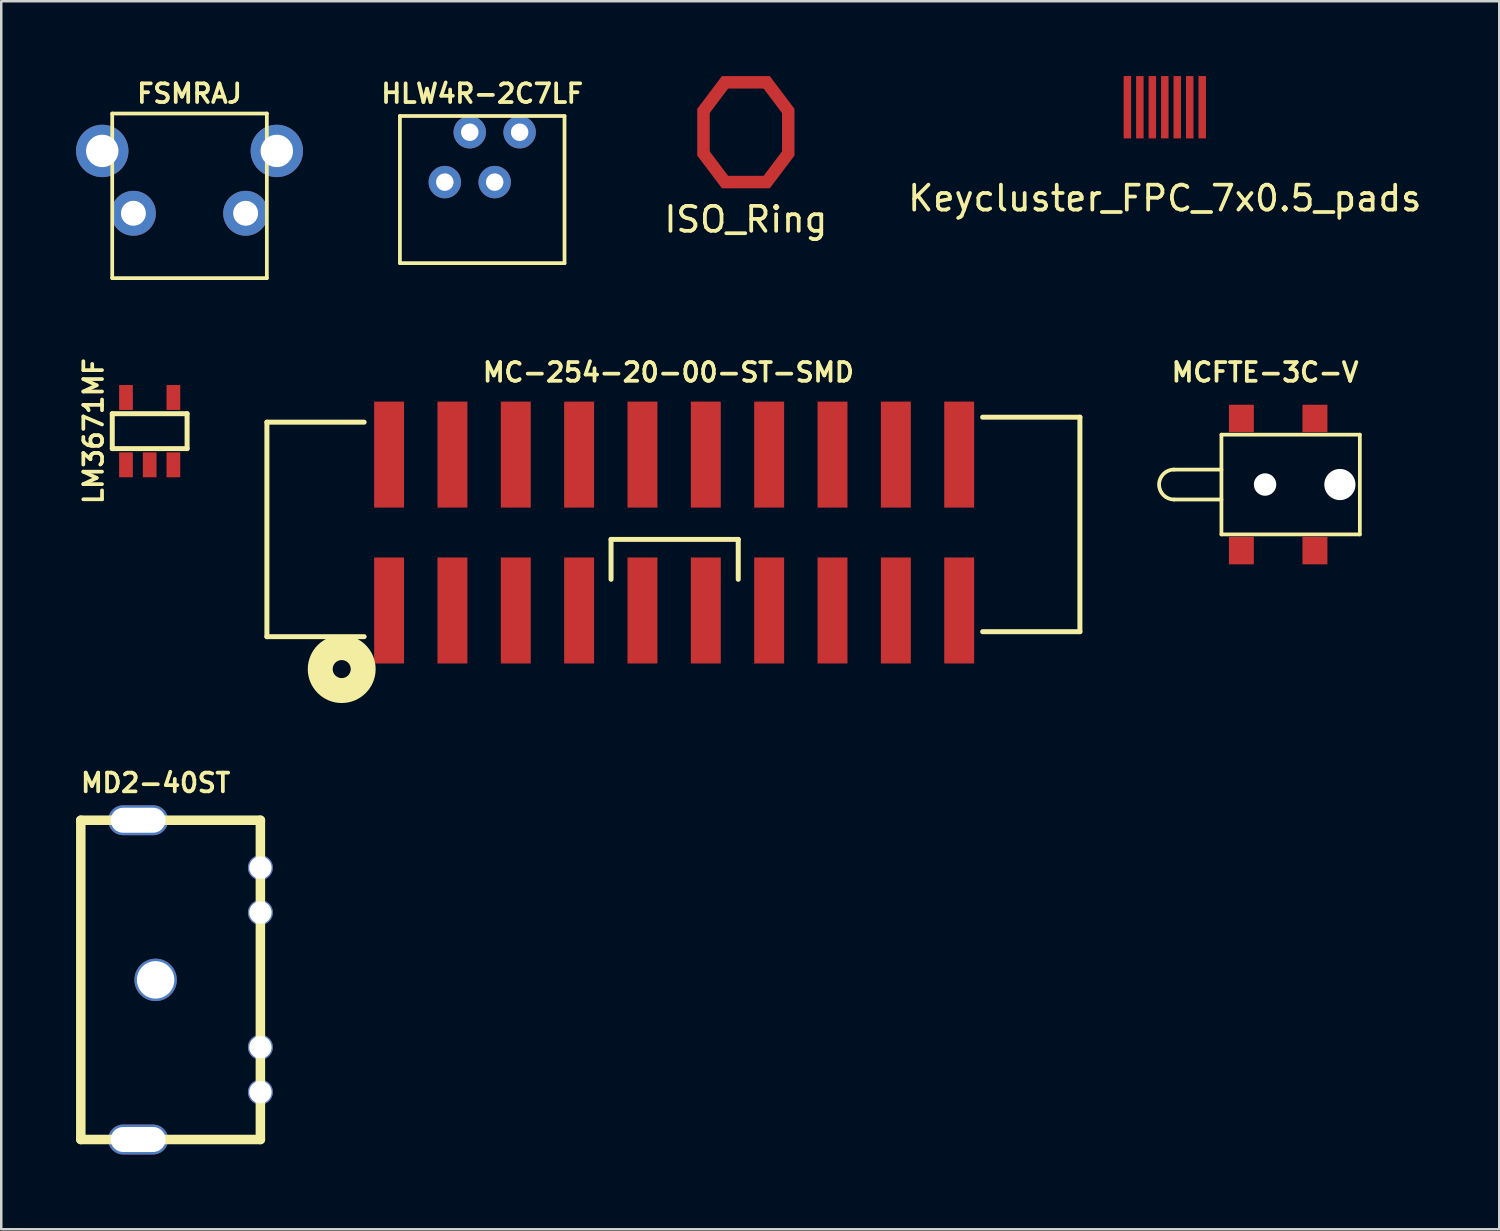
<source format=kicad_pcb>
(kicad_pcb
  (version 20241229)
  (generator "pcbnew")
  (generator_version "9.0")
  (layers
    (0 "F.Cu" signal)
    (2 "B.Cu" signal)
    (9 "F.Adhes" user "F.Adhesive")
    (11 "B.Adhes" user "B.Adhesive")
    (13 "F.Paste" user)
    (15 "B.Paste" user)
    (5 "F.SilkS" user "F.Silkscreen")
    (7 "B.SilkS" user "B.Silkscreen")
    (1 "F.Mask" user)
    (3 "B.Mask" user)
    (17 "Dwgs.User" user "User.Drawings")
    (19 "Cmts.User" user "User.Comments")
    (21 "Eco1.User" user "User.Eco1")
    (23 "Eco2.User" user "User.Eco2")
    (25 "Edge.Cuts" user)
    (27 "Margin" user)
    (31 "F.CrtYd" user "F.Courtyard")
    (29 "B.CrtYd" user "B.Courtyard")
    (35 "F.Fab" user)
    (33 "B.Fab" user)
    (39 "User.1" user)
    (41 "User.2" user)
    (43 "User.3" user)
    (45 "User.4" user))
  (footprint "LM3671MF"
    (layer "F.Cu")
    (at 2.952 14.238)
    (property "Reference" "LM3671MF" (at -2.25 0 90) (layer "F.SilkS") (effects (font (size 0.75 0.75) (thickness 0.15))))
    (attr smd)
    (fp_line (start -1.5 -0.7) (end 1.5 -0.7) (stroke (width 0.2) (type solid)) (layer "F.SilkS"))
    (fp_line (start -1.5 0.7) (end -1.5 -0.7) (stroke (width 0.2) (type solid)) (layer "F.SilkS"))
    (fp_line (start 1.5 -0.7) (end 1.5 0.7) (stroke (width 0.2) (type solid)) (layer "F.SilkS"))
    (fp_line (start 1.5 0.7) (end -1.5 0.7) (stroke (width 0.2) (type solid)) (layer "F.SilkS"))
    (pad "1" smd rect (at -0.95 1.35) (size 0.55 1) (layers "F.Cu" "F.Mask" "F.Paste"))
    (pad "2" smd rect (at 0 1.35) (size 0.55 1) (layers "F.Cu" "F.Mask" "F.Paste"))
    (pad "3" smd rect (at 0.95 1.35) (size 0.55 1) (layers "F.Cu" "F.Mask" "F.Paste"))
    (pad "4" smd rect (at 0.95 -1.35) (size 0.55 1) (layers "F.Cu" "F.Mask" "F.Paste"))
    (pad "5" smd rect (at -0.95 -1.35) (size 0.55 1) (layers "F.Cu" "F.Mask" "F.Paste")))
  (footprint "ISO_Ring"
    (layer "F.Cu")
    (at 26.858 2.251)
    (property "Reference" "ISO_Ring" (at 0 3.5 0) (layer "F.SilkS") (effects (font (size 1 1) (thickness 0.15))))
    (attr through_hole)
    (pad "1" smd rect (at -1.7 0) (size 0.5 1.9) (layers "F.Cu" "F.Mask" "F.Paste"))
    (pad "1" smd rect (at -1.25 -1.45 323) (size 0.5 1.63) (layers "F.Cu" "F.Mask" "F.Paste"))
    (pad "1" smd rect (at -1.25 1.45 37) (size 0.5 1.63) (layers "F.Cu" "F.Mask" "F.Paste"))
    (pad "1" smd rect (at 0 -2) (size 1.9 0.5) (layers "F.Cu" "F.Mask" "F.Paste"))
    (pad "1" smd rect (at 0 2) (size 1.9 0.5) (layers "F.Cu" "F.Mask" "F.Paste"))
    (pad "1" smd rect (at 1.25 -1.45 37) (size 0.5 1.63) (layers "F.Cu" "F.Mask" "F.Paste"))
    (pad "1" smd rect (at 1.25 1.45 323) (size 0.5 1.63) (layers "F.Cu" "F.Mask" "F.Paste"))
    (pad "1" smd rect (at 1.7 0) (size 0.5 1.9) (layers "F.Cu" "F.Mask" "F.Paste")))
  (footprint "MD2-40ST"
    (layer "F.Cu")
    (at 3.19 36.241)
    (property "Reference" "MD2-40ST" (at 0 -7.899 0) (layer "F.SilkS") (effects (font (size 0.75 0.75) (thickness 0.15))))
    (attr through_hole)
    (fp_line (start -3 -6.401) (end -3 6.401) (stroke (width 0.381) (type solid)) (layer "F.SilkS"))
    (fp_line (start -3 6.401) (end 4.201 6.401) (stroke (width 0.381) (type solid)) (layer "F.SilkS"))
    (fp_line (start 4.201 -6.401) (end -3 -6.401) (stroke (width 0.381) (type solid)) (layer "F.SilkS"))
    (fp_line (start 4.201 6.401) (end 4.201 -6.401) (stroke (width 0.381) (type solid)) (layer "F.SilkS"))
    (pad "1" thru_hole circle (at 0 0) (size 1.699 1.699) (drill 1.501) (layers "*.Cu" "*.Mask"))
    (pad "3" thru_hole circle (at 4.201 -2.7) (size 1.001 1.001) (drill 0.899) (layers "*.Cu" "*.Mask"))
    (pad "4" thru_hole circle (at 4.201 2.7) (size 1.001 1.001) (drill 0.899) (layers "*.Cu" "*.Mask"))
    (pad "5" thru_hole circle (at 4.201 4.501) (size 1.001 1.001) (drill 0.899) (layers "*.Cu" "*.Mask"))
    (pad "6" thru_hole oval (at -0.701 -6.401) (size 2.4 1.199) (drill oval 2.2 1.001) (layers "*.Cu" "*.Mask"))
    (pad "6" thru_hole circle (at 4.201 -4.501) (size 1.001 1.001) (drill 0.899) (layers "*.Cu" "*.Mask"))
    (pad "7" thru_hole oval (at -0.701 6.401) (size 2.4 1.199) (drill oval 2.2 1.001) (layers "*.Cu" "*.Mask")))
  (footprint "FSMRAJ"
    (layer "F.Cu")
    (at 4.55 5.502)
    (property "Reference" "FSMRAJ" (at 0 -4.8 0) (layer "F.SilkS") (effects (font (size 0.75 0.75) (thickness 0.15))))
    (attr through_hole)
    (fp_line (start -3.1 -4) (end -3.1 2.6) (stroke (width 0.15) (type solid)) (layer "F.SilkS"))
    (fp_line (start -3.1 -4) (end 3.1 -4) (stroke (width 0.15) (type solid)) (layer "F.SilkS"))
    (fp_line (start -3.1 2.6) (end 3.1 2.6) (stroke (width 0.15) (type solid)) (layer "F.SilkS"))
    (fp_line (start 3.1 -4) (end 3.1 2.6) (stroke (width 0.15) (type solid)) (layer "F.SilkS"))
    (pad "" thru_hole circle (at -3.5 -2.5) (size 2.1 2.1) (drill 1.3) (layers "*.Cu" "*.Mask"))
    (pad "" thru_hole circle (at 3.5 -2.5) (size 2.1 2.1) (drill 1.3) (layers "*.Cu" "*.Mask"))
    (pad "1" thru_hole circle (at -2.25 0) (size 1.8 1.8) (drill 1) (layers "*.Cu" "*.Mask"))
    (pad "2" thru_hole circle (at 2.25 0) (size 1.8 1.8) (drill 1) (layers "*.Cu" "*.Mask")))
  (footprint "Keycluster_FPC_7x0.5_pads"
    (layer "F.Cu")
    (at 43.656 1.25)
    (property "Reference" "Keycluster_FPC_7x0.5_pads" (at 0 3.65 0) (layer "F.SilkS") (effects (font (size 1 1) (thickness 0.15))))
    (attr smd)
    (pad "1" smd rect (at -1.5 0) (size 0.3 2.5) (layers "F.Cu" "F.Mask" "F.Paste"))
    (pad "2" smd rect (at -1 0) (size 0.3 2.5) (layers "F.Cu" "F.Mask" "F.Paste"))
    (pad "3" smd rect (at -0.5 0) (size 0.3 2.5) (layers "F.Cu" "F.Mask" "F.Paste"))
    (pad "4" smd rect (at 0 0) (size 0.3 2.5) (layers "F.Cu" "F.Mask" "F.Paste"))
    (pad "5" smd rect (at 0.5 0) (size 0.3 2.5) (layers "F.Cu" "F.Mask" "F.Paste"))
    (pad "6" smd rect (at 1 0) (size 0.3 2.5) (layers "F.Cu" "F.Mask" "F.Paste"))
    (pad "7" smd rect (at 1.5 0) (size 0.3 2.5) (layers "F.Cu" "F.Mask" "F.Paste")))
  (footprint "MCFTE-3C-V"
    (layer "F.Cu")
    (at 47.677 16.379)
    (property "Reference" "MCFTE-3C-V" (at 0 -4.5 0) (layer "F.SilkS") (effects (font (size 0.75 0.75) (thickness 0.15))))
    (attr smd)
    (fp_line (start -1.75 -2) (end -1.75 2) (stroke (width 0.15) (type solid)) (layer "F.SilkS"))
    (fp_line (start -1.75 -2) (end 3.8 -2) (stroke (width 0.15) (type solid)) (layer "F.SilkS"))
    (fp_line (start -1.75 -0.6) (end -3.65 -0.6) (stroke (width 0.15) (type solid)) (layer "F.SilkS"))
    (fp_line (start -1.75 0.6) (end -3.65 0.6) (stroke (width 0.15) (type solid)) (layer "F.SilkS"))
    (fp_line (start -1.75 2) (end 3.8 2) (stroke (width 0.15) (type solid)) (layer "F.SilkS"))
    (fp_line (start 3.8 -2) (end 3.8 2) (stroke (width 0.15) (type solid)) (layer "F.SilkS"))
    (fp_arc (start -3.65 0.6) (mid -4.25 0) (end -3.65 -0.6) (stroke (width 0.15) (type solid)) (layer "F.SilkS"))
    (pad "" np_thru_hole circle (at 0 0) (size 0.9 0.9) (drill 0.9) (layers "*.Cu" "*.Mask"))
    (pad "" np_thru_hole circle (at 3 0) (size 1.25 1.25) (drill 1.25) (layers "*.Cu" "*.Mask"))
    (pad "1" smd rect (at -0.95 -2.65) (size 1 1.1) (layers "F.Cu" "F.Mask" "F.Paste"))
    (pad "1" smd rect (at 2 -2.65) (size 1 1.1) (layers "F.Cu" "F.Mask" "F.Paste"))
    (pad "2" smd rect (at -0.95 2.65) (size 1 1.1) (layers "F.Cu" "F.Mask" "F.Paste"))
    (pad "2" smd rect (at 2 2.65) (size 1 1.1) (layers "F.Cu" "F.Mask" "F.Paste")))
  (footprint "MC-254-20-00-ST-SMD"
    (layer "F.Cu")
    (at 23.752 17.979)
    (property "Reference" "MC-254-20-00-ST-SMD" (at 0 -6.1 0) (layer "F.SilkS") (effects (font (size 0.75 0.75) (thickness 0.15))))
    (attr smd)
    (fp_line (start -16.1 -4.1) (end -12.2 -4.1) (stroke (width 0.2) (type solid)) (layer "F.SilkS"))
    (fp_line (start -16.1 4.5) (end -16.1 -4.1) (stroke (width 0.2) (type solid)) (layer "F.SilkS"))
    (fp_line (start -16.1 4.5) (end -12.2 4.5) (stroke (width 0.2) (type solid)) (layer "F.SilkS"))
    (fp_line (start -2.3 0.6) (end -2.3 2.2) (stroke (width 0.2) (type solid)) (layer "F.SilkS"))
    (fp_line (start 2.8 0.6) (end -2.3 0.6) (stroke (width 0.2) (type solid)) (layer "F.SilkS"))
    (fp_line (start 2.8 0.6) (end 2.8 2.2) (stroke (width 0.2) (type solid)) (layer "F.SilkS"))
    (fp_line (start 16.5 -4.3) (end 12.6 -4.3) (stroke (width 0.2) (type solid)) (layer "F.SilkS"))
    (fp_line (start 16.5 -4.3) (end 16.5 4.3) (stroke (width 0.2) (type solid)) (layer "F.SilkS"))
    (fp_line (start 16.5 4.3) (end 12.6 4.3) (stroke (width 0.2) (type solid)) (layer "F.SilkS"))
    (fp_circle (center -13.1 5.8) (end -12.739 5.8) (stroke (width 1) (type solid)) (fill no) (layer "F.SilkS"))
    (pad "1" smd rect (at -11.2 3.45) (size 1.2 4.25) (layers "F.Cu" "F.Mask" "F.Paste"))
    (pad "2" smd rect (at -11.2 -2.8) (size 1.2 4.25) (layers "F.Cu" "F.Mask" "F.Paste"))
    (pad "3" smd rect (at -8.66 3.45) (size 1.2 4.25) (layers "F.Cu" "F.Mask" "F.Paste"))
    (pad "4" smd rect (at -8.66 -2.8) (size 1.2 4.25) (layers "F.Cu" "F.Mask" "F.Paste"))
    (pad "5" smd rect (at -6.12 3.45) (size 1.2 4.25) (layers "F.Cu" "F.Mask" "F.Paste"))
    (pad "6" smd rect (at -6.12 -2.8) (size 1.2 4.25) (layers "F.Cu" "F.Mask" "F.Paste"))
    (pad "7" smd rect (at -3.58 3.45) (size 1.2 4.25) (layers "F.Cu" "F.Mask" "F.Paste"))
    (pad "8" smd rect (at -3.58 -2.8) (size 1.2 4.25) (layers "F.Cu" "F.Mask" "F.Paste"))
    (pad "9" smd rect (at -1.04 3.45) (size 1.2 4.25) (layers "F.Cu" "F.Mask" "F.Paste"))
    (pad "10" smd rect (at -1.04 -2.8) (size 1.2 4.25) (layers "F.Cu" "F.Mask" "F.Paste"))
    (pad "11" smd rect (at 1.5 3.45) (size 1.2 4.25) (layers "F.Cu" "F.Mask" "F.Paste"))
    (pad "12" smd rect (at 1.5 -2.8) (size 1.2 4.25) (layers "F.Cu" "F.Mask" "F.Paste"))
    (pad "13" smd rect (at 4.04 3.45) (size 1.2 4.25) (layers "F.Cu" "F.Mask" "F.Paste"))
    (pad "14" smd rect (at 4.04 -2.8) (size 1.2 4.25) (layers "F.Cu" "F.Mask" "F.Paste"))
    (pad "15" smd rect (at 6.58 3.45) (size 1.2 4.25) (layers "F.Cu" "F.Mask" "F.Paste"))
    (pad "16" smd rect (at 6.58 -2.8) (size 1.2 4.25) (layers "F.Cu" "F.Mask" "F.Paste"))
    (pad "17" smd rect (at 9.12 3.45) (size 1.2 4.25) (layers "F.Cu" "F.Mask" "F.Paste"))
    (pad "18" smd rect (at 9.12 -2.8) (size 1.2 4.25) (layers "F.Cu" "F.Mask" "F.Paste"))
    (pad "19" smd rect (at 11.66 3.45) (size 1.2 4.25) (layers "F.Cu" "F.Mask" "F.Paste"))
    (pad "20" smd rect (at 11.66 -2.8) (size 1.2 4.25) (layers "F.Cu" "F.Mask" "F.Paste")))
  (footprint "HLW4R-2C7LF"
    (layer "F.Cu")
    (at 16.286 7.502)
    (property "Reference" "HLW4R-2C7LF" (at 0 -6.8 0) (layer "F.SilkS") (effects (font (size 0.75 0.75) (thickness 0.15))))
    (attr through_hole)
    (fp_line (start -3.3 -5.9) (end 3.3 -5.9) (stroke (width 0.15) (type solid)) (layer "F.SilkS"))
    (fp_line (start -3.3 0) (end -3.3 -5.9) (stroke (width 0.15) (type solid)) (layer "F.SilkS"))
    (fp_line (start -3.3 0) (end 3.3 0) (stroke (width 0.15) (type solid)) (layer "F.SilkS"))
    (fp_line (start 3.3 0) (end 3.3 -5.9) (stroke (width 0.15) (type solid)) (layer "F.SilkS"))
    (pad "1" thru_hole circle (at 1.5 -5.25) (size 1.3 1.3) (drill 0.7) (layers "*.Cu" "*.Mask"))
    (pad "2" thru_hole circle (at 0.5 -3.25) (size 1.3 1.3) (drill 0.7) (layers "*.Cu" "*.Mask"))
    (pad "3" thru_hole circle (at -0.5 -5.25) (size 1.3 1.3) (drill 0.7) (layers "*.Cu" "*.Mask"))
    (pad "4" thru_hole circle (at -1.5 -3.25) (size 1.3 1.3) (drill 0.7) (layers "*.Cu" "*.Mask")))
  (gr_rect
    (start -3 -3)
    (end 57.067 46.241)
    (stroke (width 0.1) (type default))
    (fill no)
    (layer "Edge.Cuts")))
</source>
